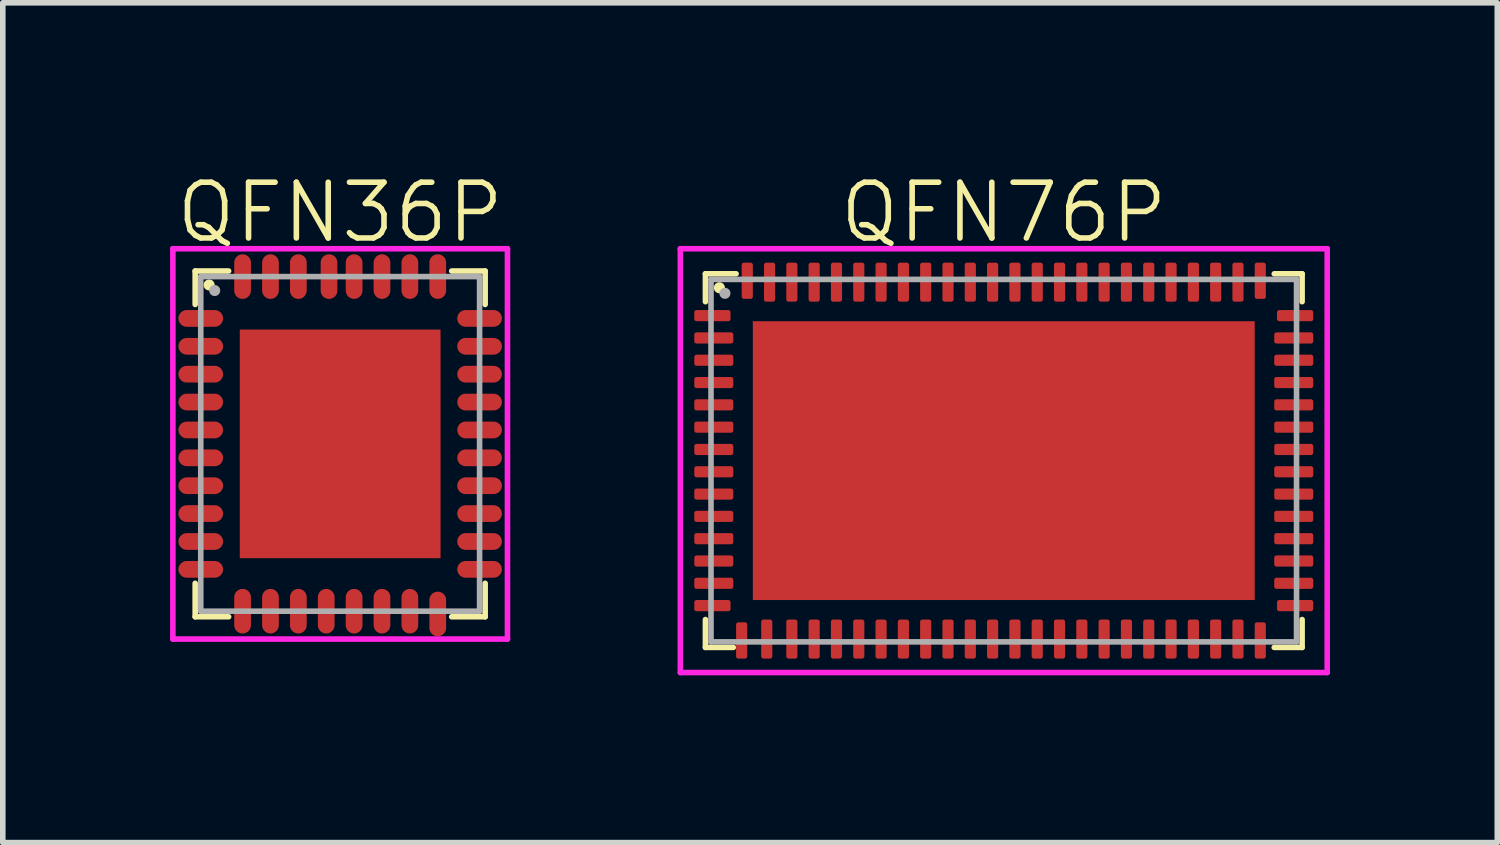
<source format=kicad_pcb>
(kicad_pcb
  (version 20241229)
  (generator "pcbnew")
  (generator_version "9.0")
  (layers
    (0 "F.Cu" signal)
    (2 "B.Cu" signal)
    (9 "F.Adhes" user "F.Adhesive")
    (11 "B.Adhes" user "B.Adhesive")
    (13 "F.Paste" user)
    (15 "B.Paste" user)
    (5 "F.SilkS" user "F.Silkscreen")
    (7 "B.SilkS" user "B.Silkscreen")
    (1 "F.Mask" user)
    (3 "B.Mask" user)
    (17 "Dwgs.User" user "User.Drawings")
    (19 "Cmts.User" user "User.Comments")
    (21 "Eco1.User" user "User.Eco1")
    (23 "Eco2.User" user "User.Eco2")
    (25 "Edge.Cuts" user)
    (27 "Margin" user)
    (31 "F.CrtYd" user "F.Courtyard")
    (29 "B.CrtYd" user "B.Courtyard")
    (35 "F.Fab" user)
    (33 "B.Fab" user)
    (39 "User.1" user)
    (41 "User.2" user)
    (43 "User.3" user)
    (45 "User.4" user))
  (footprint "QFN36P"
    (layer "F.Cu")
    (at 3.05 4.91)
    (property "Reference" "QFN36P" (at 0 -4.15 0) (layer "F.SilkS") (effects (font (size 1 1) (thickness 0.1))))
    (attr through_hole)
    (fp_line (start -2.6 -3.1) (end -2.6 -2.5) (stroke (width 0.1) (type solid)) (layer "F.SilkS"))
    (fp_line (start -2.6 -3.1) (end -2 -3.1) (stroke (width 0.1) (type solid)) (layer "F.SilkS"))
    (fp_line (start -2.6 3.1) (end -2.6 2.5) (stroke (width 0.1) (type solid)) (layer "F.SilkS"))
    (fp_line (start -2.6 3.1) (end -2 3.1) (stroke (width 0.1) (type solid)) (layer "F.SilkS"))
    (fp_line (start 2.6 -3.1) (end 2 -3.1) (stroke (width 0.1) (type solid)) (layer "F.SilkS"))
    (fp_line (start 2.6 -3.1) (end 2.6 -2.5) (stroke (width 0.1) (type solid)) (layer "F.SilkS"))
    (fp_line (start 2.6 3.1) (end 2 3.1) (stroke (width 0.1) (type solid)) (layer "F.SilkS"))
    (fp_line (start 2.6 3.1) (end 2.6 2.5) (stroke (width 0.1) (type solid)) (layer "F.SilkS"))
    (fp_circle (center -2.35 -2.85) (end -2.3 -2.85) (stroke (width 0.1) (type solid)) (fill no) (layer "F.SilkS"))
    (fp_line (start -3 -3.5) (end 3 -3.5) (stroke (width 0.1) (type solid)) (layer "F.CrtYd"))
    (fp_line (start -3 3.5) (end -3 -3.5) (stroke (width 0.1) (type solid)) (layer "F.CrtYd"))
    (fp_line (start 3 -3.5) (end 3 3.5) (stroke (width 0.1) (type solid)) (layer "F.CrtYd"))
    (fp_line (start 3 3.5) (end -3 3.5) (stroke (width 0.1) (type solid)) (layer "F.CrtYd"))
    (fp_line (start -2.5 -3) (end -2.5 3) (stroke (width 0.1) (type solid)) (layer "F.Fab"))
    (fp_line (start -2.5 3) (end 2.5 3) (stroke (width 0.1) (type solid)) (layer "F.Fab"))
    (fp_line (start 2.5 -3) (end -2.5 -3) (stroke (width 0.1) (type solid)) (layer "F.Fab"))
    (fp_line (start 2.5 3) (end 2.5 -3) (stroke (width 0.1) (type solid)) (layer "F.Fab"))
    (fp_circle (center -2.25 -2.75) (end -2.2 -2.75) (stroke (width 0.1) (type solid)) (fill no) (layer "F.Fab"))
    (pad "1" smd oval (at -2.5 -2.25) (size 0.8 0.3) (layers "F.Cu" "F.Mask" "F.Paste"))
    (pad "2" smd oval (at -2.5 -1.75) (size 0.8 0.3) (layers "F.Cu" "F.Mask" "F.Paste"))
    (pad "3" smd oval (at -2.5 -1.25) (size 0.8 0.3) (layers "F.Cu" "F.Mask" "F.Paste"))
    (pad "4" smd oval (at -2.5 -0.75) (size 0.8 0.3) (layers "F.Cu" "F.Mask" "F.Paste"))
    (pad "5" smd oval (at -2.5 -0.25) (size 0.8 0.3) (layers "F.Cu" "F.Mask" "F.Paste"))
    (pad "6" smd oval (at -2.5 0.25) (size 0.8 0.3) (layers "F.Cu" "F.Mask" "F.Paste"))
    (pad "7" smd oval (at -2.5 0.75) (size 0.8 0.3) (layers "F.Cu" "F.Mask" "F.Paste"))
    (pad "8" smd oval (at -2.5 1.25 180) (size 0.8 0.3) (layers "F.Cu" "F.Mask" "F.Paste"))
    (pad "9" smd oval (at -2.5 1.75 180) (size 0.8 0.3) (layers "F.Cu" "F.Mask" "F.Paste"))
    (pad "10" smd oval (at -2.5 2.25 180) (size 0.8 0.3) (layers "F.Cu" "F.Mask" "F.Paste"))
    (pad "11" smd oval (at -1.75 3 270) (size 0.8 0.3) (layers "F.Cu" "F.Mask" "F.Paste"))
    (pad "12" smd oval (at -1.25 3 90) (size 0.8 0.3) (layers "F.Cu" "F.Mask" "F.Paste"))
    (pad "13" smd oval (at -0.75 3 90) (size 0.8 0.3) (layers "F.Cu" "F.Mask" "F.Paste"))
    (pad "14" smd oval (at -0.25 3 90) (size 0.8 0.3) (layers "F.Cu" "F.Mask" "F.Paste"))
    (pad "15" smd oval (at 0.25 3 90) (size 0.8 0.3) (layers "F.Cu" "F.Mask" "F.Paste"))
    (pad "16" smd oval (at 0.75 3 270) (size 0.8 0.3) (layers "F.Cu" "F.Mask" "F.Paste"))
    (pad "17" smd oval (at 1.25 3 90) (size 0.8 0.3) (layers "F.Cu" "F.Mask" "F.Paste"))
    (pad "18" smd oval (at 1.75 3.05 90) (size 0.8 0.3) (layers "F.Cu" "F.Mask" "F.Paste"))
    (pad "19" smd oval (at 2.5 2.25) (size 0.8 0.3) (layers "F.Cu" "F.Mask" "F.Paste"))
    (pad "20" smd oval (at 2.5 1.75) (size 0.8 0.3) (layers "F.Cu" "F.Mask" "F.Paste"))
    (pad "21" smd oval (at 2.5 1.25) (size 0.8 0.3) (layers "F.Cu" "F.Mask" "F.Paste"))
    (pad "22" smd oval (at 2.5 0.75 180) (size 0.8 0.3) (layers "F.Cu" "F.Mask" "F.Paste"))
    (pad "23" smd oval (at 2.5 0.25 180) (size 0.8 0.3) (layers "F.Cu" "F.Mask" "F.Paste"))
    (pad "24" smd oval (at 2.5 -0.25 180) (size 0.8 0.3) (layers "F.Cu" "F.Mask" "F.Paste"))
    (pad "25" smd oval (at 2.5 -0.75 180) (size 0.8 0.3) (layers "F.Cu" "F.Mask" "F.Paste"))
    (pad "26" smd oval (at 2.5 -1.25 180) (size 0.8 0.3) (layers "F.Cu" "F.Mask" "F.Paste"))
    (pad "27" smd oval (at 2.5 -1.75 180) (size 0.8 0.3) (layers "F.Cu" "F.Mask" "F.Paste"))
    (pad "28" smd oval (at 2.5 -2.25 180) (size 0.8 0.3) (layers "F.Cu" "F.Mask" "F.Paste"))
    (pad "29" smd oval (at 1.75 -3 90) (size 0.8 0.3) (layers "F.Cu" "F.Mask" "F.Paste"))
    (pad "30" smd oval (at 1.25 -3 90) (size 0.8 0.3) (layers "F.Cu" "F.Mask" "F.Paste"))
    (pad "31" smd oval (at 0.75 -3 90) (size 0.8 0.3) (layers "F.Cu" "F.Mask" "F.Paste"))
    (pad "32" smd oval (at 0.25 -3 90) (size 0.8 0.3) (layers "F.Cu" "F.Mask" "F.Paste"))
    (pad "33" smd oval (at -0.2 -3 90) (size 0.8 0.3) (layers "F.Cu" "F.Mask" "F.Paste"))
    (pad "34" smd oval (at -0.75 -3 90) (size 0.8 0.3) (layers "F.Cu" "F.Mask" "F.Paste"))
    (pad "35" smd oval (at -1.25 -3 90) (size 0.8 0.3) (layers "F.Cu" "F.Mask" "F.Paste"))
    (pad "36" smd oval (at -1.75 -3 90) (size 0.8 0.3) (layers "F.Cu" "F.Mask" "F.Paste"))
    (pad "37" smd rect (at 0 0) (size 3.6 4.1) (layers "F.Cu" "F.Mask" "F.Paste")))
  (footprint "QFN76P"
    (layer "F.Cu")
    (at 14.95 5.21)
    (property "Reference" "QFN76P" (at 0 -4.45 0) (layer "F.SilkS") (effects (font (size 1 1) (thickness 0.1))))
    (attr through_hole)
    (fp_line (start -5.35 -3.35) (end -5.35 -2.85) (stroke (width 0.1) (type solid)) (layer "F.SilkS"))
    (fp_line (start -5.35 -3.35) (end -4.8 -3.35) (stroke (width 0.1) (type solid)) (layer "F.SilkS"))
    (fp_line (start -5.35 3.35) (end -5.35 2.85) (stroke (width 0.1) (type solid)) (layer "F.SilkS"))
    (fp_line (start -5.35 3.35) (end -4.85 3.35) (stroke (width 0.1) (type solid)) (layer "F.SilkS"))
    (fp_line (start 5.35 -3.35) (end 4.85 -3.35) (stroke (width 0.1) (type solid)) (layer "F.SilkS"))
    (fp_line (start 5.35 -3.35) (end 5.35 -2.85) (stroke (width 0.1) (type solid)) (layer "F.SilkS"))
    (fp_line (start 5.35 3.35) (end 4.85 3.35) (stroke (width 0.1) (type solid)) (layer "F.SilkS"))
    (fp_line (start 5.35 3.35) (end 5.35 2.85) (stroke (width 0.1) (type solid)) (layer "F.SilkS"))
    (fp_circle (center -5.1 -3.1) (end -5.05 -3.1) (stroke (width 0.1) (type solid)) (fill no) (layer "F.SilkS"))
    (fp_line (start -5.8 -3.8) (end -5.8 3.8) (stroke (width 0.1) (type solid)) (layer "F.CrtYd"))
    (fp_line (start -5.8 3.8) (end 5.8 3.8) (stroke (width 0.1) (type solid)) (layer "F.CrtYd"))
    (fp_line (start 5.8 -3.8) (end -5.8 -3.8) (stroke (width 0.1) (type solid)) (layer "F.CrtYd"))
    (fp_line (start 5.8 3.8) (end 5.8 -3.8) (stroke (width 0.1) (type solid)) (layer "F.CrtYd"))
    (fp_line (start -5.25 -3.25) (end 5.25 -3.25) (stroke (width 0.1) (type solid)) (layer "F.Fab"))
    (fp_line (start -5.25 3.25) (end -5.25 -3.25) (stroke (width 0.1) (type solid)) (layer "F.Fab"))
    (fp_line (start 5.25 -3.25) (end 5.25 3.25) (stroke (width 0.1) (type solid)) (layer "F.Fab"))
    (fp_line (start 5.25 3.25) (end -5.25 3.25) (stroke (width 0.1) (type solid)) (layer "F.Fab"))
    (fp_circle (center -5 -3) (end -4.95 -3) (stroke (width 0.1) (type solid)) (fill no) (layer "F.Fab"))
    (pad "1" smd roundrect (at -5.225 -2.6) (size 0.65 0.2) (layers "F.Cu" "F.Mask" "F.Paste") (roundrect_rratio 0.2))
    (pad "2" smd roundrect (at -5.2 -2.2) (size 0.7 0.2) (layers "F.Cu" "F.Mask" "F.Paste") (roundrect_rratio 0.2))
    (pad "3" smd roundrect (at -5.2 -1.8) (size 0.7 0.2) (layers "F.Cu" "F.Mask" "F.Paste") (roundrect_rratio 0.2))
    (pad "4" smd roundrect (at -5.2 -1.4) (size 0.7 0.2) (layers "F.Cu" "F.Mask" "F.Paste") (roundrect_rratio 0.2))
    (pad "5" smd roundrect (at -5.2 -1) (size 0.7 0.2) (layers "F.Cu" "F.Mask" "F.Paste") (roundrect_rratio 0.2))
    (pad "6" smd roundrect (at -5.2 -0.6) (size 0.7 0.2) (layers "F.Cu" "F.Mask" "F.Paste") (roundrect_rratio 0.2))
    (pad "7" smd roundrect (at -5.2 -0.2) (size 0.7 0.2) (layers "F.Cu" "F.Mask" "F.Paste") (roundrect_rratio 0.2))
    (pad "8" smd roundrect (at -5.2 0.2) (size 0.7 0.2) (layers "F.Cu" "F.Mask" "F.Paste") (roundrect_rratio 0.2))
    (pad "9" smd roundrect (at -5.2 0.6) (size 0.7 0.2) (layers "F.Cu" "F.Mask" "F.Paste") (roundrect_rratio 0.2))
    (pad "10" smd roundrect (at -5.2 1) (size 0.7 0.2) (layers "F.Cu" "F.Mask" "F.Paste") (roundrect_rratio 0.2))
    (pad "11" smd roundrect (at -5.2 1.4) (size 0.7 0.2) (layers "F.Cu" "F.Mask" "F.Paste") (roundrect_rratio 0.2))
    (pad "12" smd roundrect (at -5.2 1.8) (size 0.7 0.2) (layers "F.Cu" "F.Mask" "F.Paste") (roundrect_rratio 0.2))
    (pad "13" smd roundrect (at -5.2 2.2) (size 0.7 0.2) (layers "F.Cu" "F.Mask" "F.Paste") (roundrect_rratio 0.2))
    (pad "14" smd roundrect (at -5.225 2.6) (size 0.65 0.2) (layers "F.Cu" "F.Mask" "F.Paste") (roundrect_rratio 0.2))
    (pad "15" smd roundrect (at -4.7 3.225 270) (size 0.65 0.2) (layers "F.Cu" "F.Mask" "F.Paste") (roundrect_rratio 0.2))
    (pad "16" smd roundrect (at -4.25 3.2 90) (size 0.7 0.2) (layers "F.Cu" "F.Mask" "F.Paste") (roundrect_rratio 0.2))
    (pad "17" smd roundrect (at -3.8 3.2 90) (size 0.7 0.2) (layers "F.Cu" "F.Mask" "F.Paste") (roundrect_rratio 0.2))
    (pad "18" smd roundrect (at -3.4 3.2 90) (size 0.7 0.2) (layers "F.Cu" "F.Mask" "F.Paste") (roundrect_rratio 0.2))
    (pad "19" smd roundrect (at -3 3.2 90) (size 0.7 0.2) (layers "F.Cu" "F.Mask" "F.Paste") (roundrect_rratio 0.2))
    (pad "20" smd roundrect (at -2.6 3.2 90) (size 0.7 0.2) (layers "F.Cu" "F.Mask" "F.Paste") (roundrect_rratio 0.2))
    (pad "21" smd roundrect (at -2.2 3.2 90) (size 0.7 0.2) (layers "F.Cu" "F.Mask" "F.Paste") (roundrect_rratio 0.2))
    (pad "22" smd roundrect (at -1.8 3.2 90) (size 0.7 0.2) (layers "F.Cu" "F.Mask" "F.Paste") (roundrect_rratio 0.2))
    (pad "23" smd roundrect (at -1.4 3.2 90) (size 0.7 0.2) (layers "F.Cu" "F.Mask" "F.Paste") (roundrect_rratio 0.2))
    (pad "24" smd roundrect (at -1 3.2 90) (size 0.7 0.2) (layers "F.Cu" "F.Mask" "F.Paste") (roundrect_rratio 0.2))
    (pad "25" smd roundrect (at -0.6 3.2 90) (size 0.7 0.2) (layers "F.Cu" "F.Mask" "F.Paste") (roundrect_rratio 0.2))
    (pad "26" smd roundrect (at -0.2 3.2 90) (size 0.7 0.2) (layers "F.Cu" "F.Mask" "F.Paste") (roundrect_rratio 0.2))
    (pad "27" smd roundrect (at 0.2 3.2 90) (size 0.7 0.2) (layers "F.Cu" "F.Mask" "F.Paste") (roundrect_rratio 0.2))
    (pad "28" smd roundrect (at 0.6 3.2 90) (size 0.7 0.2) (layers "F.Cu" "F.Mask" "F.Paste") (roundrect_rratio 0.2))
    (pad "29" smd roundrect (at 1 3.2 90) (size 0.7 0.2) (layers "F.Cu" "F.Mask" "F.Paste") (roundrect_rratio 0.2))
    (pad "30" smd roundrect (at 1.4 3.2 90) (size 0.7 0.2) (layers "F.Cu" "F.Mask" "F.Paste") (roundrect_rratio 0.2))
    (pad "31" smd roundrect (at 1.8 3.2 90) (size 0.7 0.2) (layers "F.Cu" "F.Mask" "F.Paste") (roundrect_rratio 0.2))
    (pad "32" smd roundrect (at 2.2 3.2 90) (size 0.7 0.2) (layers "F.Cu" "F.Mask" "F.Paste") (roundrect_rratio 0.2))
    (pad "33" smd roundrect (at 2.6 3.2 90) (size 0.7 0.2) (layers "F.Cu" "F.Mask" "F.Paste") (roundrect_rratio 0.2))
    (pad "34" smd roundrect (at 3 3.2 90) (size 0.7 0.2) (layers "F.Cu" "F.Mask" "F.Paste") (roundrect_rratio 0.2))
    (pad "35" smd roundrect (at 3.4 3.2 90) (size 0.7 0.2) (layers "F.Cu" "F.Mask" "F.Paste") (roundrect_rratio 0.2))
    (pad "36" smd roundrect (at 3.8 3.2 90) (size 0.7 0.2) (layers "F.Cu" "F.Mask" "F.Paste") (roundrect_rratio 0.2))
    (pad "37" smd roundrect (at 4.2 3.2 90) (size 0.7 0.2) (layers "F.Cu" "F.Mask" "F.Paste") (roundrect_rratio 0.2))
    (pad "38" smd roundrect (at 4.6 3.225 90) (size 0.65 0.2) (layers "F.Cu" "F.Mask" "F.Paste") (roundrect_rratio 0.2))
    (pad "39" smd roundrect (at 5.225 2.6) (size 0.65 0.2) (layers "F.Cu" "F.Mask" "F.Paste") (roundrect_rratio 0.2))
    (pad "40" smd roundrect (at 5.2 2.2) (size 0.7 0.2) (layers "F.Cu" "F.Mask" "F.Paste") (roundrect_rratio 0.2))
    (pad "41" smd roundrect (at 5.2 1.8) (size 0.7 0.2) (layers "F.Cu" "F.Mask" "F.Paste") (roundrect_rratio 0.2))
    (pad "42" smd roundrect (at 5.2 1.4) (size 0.7 0.2) (layers "F.Cu" "F.Mask" "F.Paste") (roundrect_rratio 0.2))
    (pad "43" smd roundrect (at 5.2 1) (size 0.7 0.2) (layers "F.Cu" "F.Mask" "F.Paste") (roundrect_rratio 0.2))
    (pad "44" smd roundrect (at 5.2 0.6) (size 0.7 0.2) (layers "F.Cu" "F.Mask" "F.Paste") (roundrect_rratio 0.2))
    (pad "45" smd roundrect (at 5.2 0.2) (size 0.7 0.2) (layers "F.Cu" "F.Mask" "F.Paste") (roundrect_rratio 0.2))
    (pad "46" smd roundrect (at 5.2 -0.2) (size 0.7 0.2) (layers "F.Cu" "F.Mask" "F.Paste") (roundrect_rratio 0.2))
    (pad "47" smd roundrect (at 5.2 -0.6) (size 0.7 0.2) (layers "F.Cu" "F.Mask" "F.Paste") (roundrect_rratio 0.2))
    (pad "48" smd roundrect (at 5.2 -1) (size 0.7 0.2) (layers "F.Cu" "F.Mask" "F.Paste") (roundrect_rratio 0.2))
    (pad "49" smd roundrect (at 5.2 -1.4) (size 0.7 0.2) (layers "F.Cu" "F.Mask" "F.Paste") (roundrect_rratio 0.2))
    (pad "50" smd roundrect (at 5.2 -1.8) (size 0.7 0.2) (layers "F.Cu" "F.Mask" "F.Paste") (roundrect_rratio 0.2))
    (pad "51" smd roundrect (at 5.2 -2.2) (size 0.7 0.2) (layers "F.Cu" "F.Mask" "F.Paste") (roundrect_rratio 0.2))
    (pad "52" smd roundrect (at 5.225 -2.6) (size 0.65 0.2) (layers "F.Cu" "F.Mask" "F.Paste") (roundrect_rratio 0.2))
    (pad "53" smd roundrect (at 4.6 -3.225 90) (size 0.65 0.2) (layers "F.Cu" "F.Mask" "F.Paste") (roundrect_rratio 0.2))
    (pad "54" smd roundrect (at 4.2 -3.2 90) (size 0.7 0.2) (layers "F.Cu" "F.Mask" "F.Paste") (roundrect_rratio 0.2))
    (pad "55" smd roundrect (at 3.8 -3.2 90) (size 0.7 0.2) (layers "F.Cu" "F.Mask" "F.Paste") (roundrect_rratio 0.2))
    (pad "56" smd roundrect (at 3.4 -3.2 90) (size 0.7 0.2) (layers "F.Cu" "F.Mask" "F.Paste") (roundrect_rratio 0.2))
    (pad "57" smd roundrect (at 3 -3.2 90) (size 0.7 0.2) (layers "F.Cu" "F.Mask" "F.Paste") (roundrect_rratio 0.2))
    (pad "58" smd roundrect (at 2.6 -3.2 90) (size 0.7 0.2) (layers "F.Cu" "F.Mask" "F.Paste") (roundrect_rratio 0.2))
    (pad "59" smd roundrect (at 2.2 -3.2 90) (size 0.7 0.2) (layers "F.Cu" "F.Mask" "F.Paste") (roundrect_rratio 0.2))
    (pad "60" smd roundrect (at 1.8 -3.2 90) (size 0.7 0.2) (layers "F.Cu" "F.Mask" "F.Paste") (roundrect_rratio 0.2))
    (pad "61" smd roundrect (at 1.4 -3.2 90) (size 0.7 0.2) (layers "F.Cu" "F.Mask" "F.Paste") (roundrect_rratio 0.2))
    (pad "62" smd roundrect (at 1 -3.2 90) (size 0.7 0.2) (layers "F.Cu" "F.Mask" "F.Paste") (roundrect_rratio 0.2))
    (pad "63" smd roundrect (at 0.6 -3.2 90) (size 0.7 0.2) (layers "F.Cu" "F.Mask" "F.Paste") (roundrect_rratio 0.2))
    (pad "64" smd roundrect (at 0.2 -3.2 90) (size 0.7 0.2) (layers "F.Cu" "F.Mask" "F.Paste") (roundrect_rratio 0.2))
    (pad "65" smd roundrect (at -0.2 -3.2 90) (size 0.7 0.2) (layers "F.Cu" "F.Mask" "F.Paste") (roundrect_rratio 0.2))
    (pad "66" smd roundrect (at -0.6 -3.2 90) (size 0.7 0.2) (layers "F.Cu" "F.Mask" "F.Paste") (roundrect_rratio 0.2))
    (pad "67" smd roundrect (at -1 -3.2 90) (size 0.7 0.2) (layers "F.Cu" "F.Mask" "F.Paste") (roundrect_rratio 0.2))
    (pad "68" smd roundrect (at -1.4 -3.2 90) (size 0.7 0.2) (layers "F.Cu" "F.Mask" "F.Paste") (roundrect_rratio 0.2))
    (pad "69" smd roundrect (at -1.8 -3.2 90) (size 0.7 0.2) (layers "F.Cu" "F.Mask" "F.Paste") (roundrect_rratio 0.2))
    (pad "70" smd roundrect (at -2.2 -3.2 90) (size 0.7 0.2) (layers "F.Cu" "F.Mask" "F.Paste") (roundrect_rratio 0.2))
    (pad "71" smd roundrect (at -2.6 -3.2 90) (size 0.7 0.2) (layers "F.Cu" "F.Mask" "F.Paste") (roundrect_rratio 0.2))
    (pad "72" smd roundrect (at -3 -3.2 90) (size 0.7 0.2) (layers "F.Cu" "F.Mask" "F.Paste") (roundrect_rratio 0.2))
    (pad "73" smd roundrect (at -3.4 -3.2 90) (size 0.7 0.2) (layers "F.Cu" "F.Mask" "F.Paste") (roundrect_rratio 0.2))
    (pad "74" smd roundrect (at -3.8 -3.2 90) (size 0.7 0.2) (layers "F.Cu" "F.Mask" "F.Paste") (roundrect_rratio 0.2))
    (pad "75" smd roundrect (at -4.2 -3.2 90) (size 0.7 0.2) (layers "F.Cu" "F.Mask" "F.Paste") (roundrect_rratio 0.2))
    (pad "76" smd roundrect (at -4.6 -3.225 90) (size 0.65 0.2) (layers "F.Cu" "F.Mask" "F.Paste") (roundrect_rratio 0.2))
    (pad "77" smd rect (at 0 0) (size 9 5) (layers "F.Cu" "F.Mask" "F.Paste")))
  (gr_rect
    (start -3 -3)
    (end 23.8 12.06)
    (stroke (width 0.1) (type default))
    (fill no)
    (layer "Edge.Cuts")))
</source>
